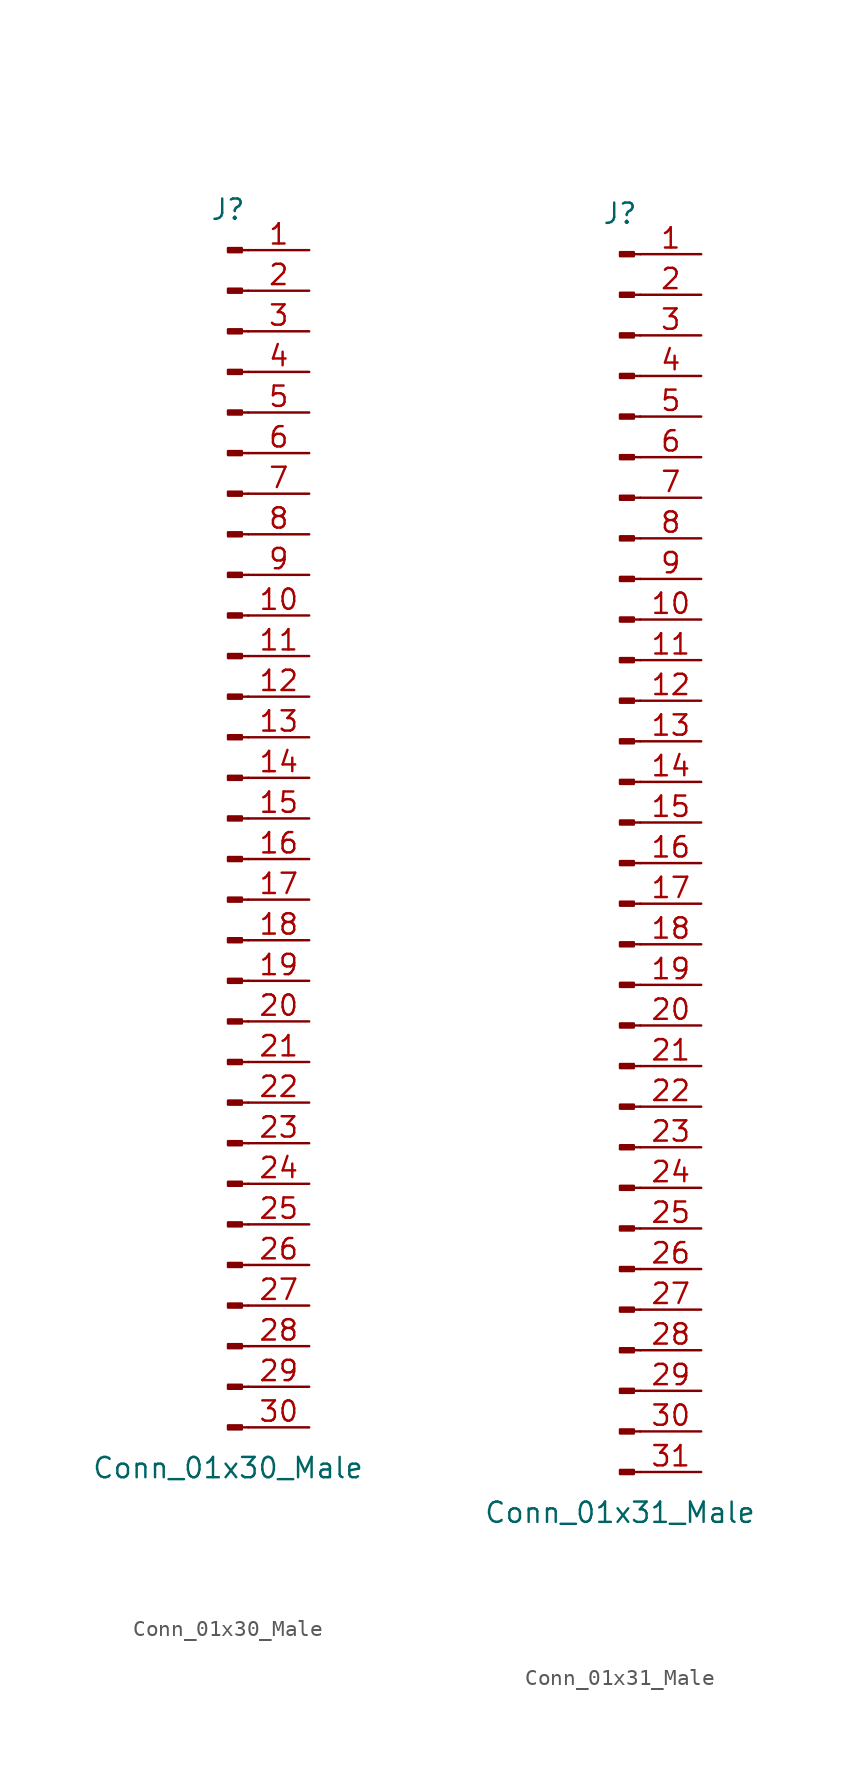
<source format=kicad_sym>
(kicad_symbol_lib
  (version 20211014)
  (generator kicad_symbol_editor)
  (symbol "Conn_01x30_Male"
    (pin_names
      (offset 1.016) hide)
    (property "Reference" "J"
      (at 0 38.1 0)
      (effects (font (size 1.27 1.27))))
    (property "Value" "Conn_01x30_Male"
      (at 0 -40.64 0)
      (effects (font (size 1.27 1.27))))
    (symbol "Conn_01x30_Male_1_1"
      (polyline (pts (xy 1.27 -38.1) (xy 0.864 -38.1)) (stroke (width 0.152) (type default) (color 0 0 0 0)) (fill (type none)))
      (polyline (pts (xy 1.27 -35.56) (xy 0.864 -35.56)) (stroke (width 0.152) (type default) (color 0 0 0 0)) (fill (type none)))
      (polyline (pts (xy 1.27 -33.02) (xy 0.864 -33.02)) (stroke (width 0.152) (type default) (color 0 0 0 0)) (fill (type none)))
      (polyline (pts (xy 1.27 -30.48) (xy 0.864 -30.48)) (stroke (width 0.152) (type default) (color 0 0 0 0)) (fill (type none)))
      (polyline (pts (xy 1.27 -27.94) (xy 0.864 -27.94)) (stroke (width 0.152) (type default) (color 0 0 0 0)) (fill (type none)))
      (polyline (pts (xy 1.27 -25.4) (xy 0.864 -25.4)) (stroke (width 0.152) (type default) (color 0 0 0 0)) (fill (type none)))
      (polyline (pts (xy 1.27 -22.86) (xy 0.864 -22.86)) (stroke (width 0.152) (type default) (color 0 0 0 0)) (fill (type none)))
      (polyline (pts (xy 1.27 -20.32) (xy 0.864 -20.32)) (stroke (width 0.152) (type default) (color 0 0 0 0)) (fill (type none)))
      (polyline (pts (xy 1.27 -17.78) (xy 0.864 -17.78)) (stroke (width 0.152) (type default) (color 0 0 0 0)) (fill (type none)))
      (polyline (pts (xy 1.27 -15.24) (xy 0.864 -15.24)) (stroke (width 0.152) (type default) (color 0 0 0 0)) (fill (type none)))
      (polyline (pts (xy 1.27 -12.7) (xy 0.864 -12.7)) (stroke (width 0.152) (type default) (color 0 0 0 0)) (fill (type none)))
      (polyline (pts (xy 1.27 -10.16) (xy 0.864 -10.16)) (stroke (width 0.152) (type default) (color 0 0 0 0)) (fill (type none)))
      (polyline (pts (xy 1.27 -7.62) (xy 0.864 -7.62)) (stroke (width 0.152) (type default) (color 0 0 0 0)) (fill (type none)))
      (polyline (pts (xy 1.27 -5.08) (xy 0.864 -5.08)) (stroke (width 0.152) (type default) (color 0 0 0 0)) (fill (type none)))
      (polyline (pts (xy 1.27 -2.54) (xy 0.864 -2.54)) (stroke (width 0.152) (type default) (color 0 0 0 0)) (fill (type none)))
      (polyline (pts (xy 1.27 0) (xy 0.864 0)) (stroke (width 0.152) (type default) (color 0 0 0 0)) (fill (type none)))
      (polyline (pts (xy 1.27 2.54) (xy 0.864 2.54)) (stroke (width 0.152) (type default) (color 0 0 0 0)) (fill (type none)))
      (polyline (pts (xy 1.27 5.08) (xy 0.864 5.08)) (stroke (width 0.152) (type default) (color 0 0 0 0)) (fill (type none)))
      (polyline (pts (xy 1.27 7.62) (xy 0.864 7.62)) (stroke (width 0.152) (type default) (color 0 0 0 0)) (fill (type none)))
      (polyline (pts (xy 1.27 10.16) (xy 0.864 10.16)) (stroke (width 0.152) (type default) (color 0 0 0 0)) (fill (type none)))
      (polyline (pts (xy 1.27 12.7) (xy 0.864 12.7)) (stroke (width 0.152) (type default) (color 0 0 0 0)) (fill (type none)))
      (polyline (pts (xy 1.27 15.24) (xy 0.864 15.24)) (stroke (width 0.152) (type default) (color 0 0 0 0)) (fill (type none)))
      (polyline (pts (xy 1.27 17.78) (xy 0.864 17.78)) (stroke (width 0.152) (type default) (color 0 0 0 0)) (fill (type none)))
      (polyline (pts (xy 1.27 20.32) (xy 0.864 20.32)) (stroke (width 0.152) (type default) (color 0 0 0 0)) (fill (type none)))
      (polyline (pts (xy 1.27 22.86) (xy 0.864 22.86)) (stroke (width 0.152) (type default) (color 0 0 0 0)) (fill (type none)))
      (polyline (pts (xy 1.27 25.4) (xy 0.864 25.4)) (stroke (width 0.152) (type default) (color 0 0 0 0)) (fill (type none)))
      (polyline (pts (xy 1.27 27.94) (xy 0.864 27.94)) (stroke (width 0.152) (type default) (color 0 0 0 0)) (fill (type none)))
      (polyline (pts (xy 1.27 30.48) (xy 0.864 30.48)) (stroke (width 0.152) (type default) (color 0 0 0 0)) (fill (type none)))
      (polyline (pts (xy 1.27 33.02) (xy 0.864 33.02)) (stroke (width 0.152) (type default) (color 0 0 0 0)) (fill (type none)))
      (polyline (pts (xy 1.27 35.56) (xy 0.864 35.56)) (stroke (width 0.152) (type default) (color 0 0 0 0)) (fill (type none)))
      (rectangle (start 0.864 -37.973) (end 0 -38.227) (stroke (width 0.152) (type default) (color 0 0 0 0)) (fill (type outline)))
      (rectangle (start 0.864 -35.433) (end 0 -35.687) (stroke (width 0.152) (type default) (color 0 0 0 0)) (fill (type outline)))
      (rectangle (start 0.864 -32.893) (end 0 -33.147) (stroke (width 0.152) (type default) (color 0 0 0 0)) (fill (type outline)))
      (rectangle (start 0.864 -30.353) (end 0 -30.607) (stroke (width 0.152) (type default) (color 0 0 0 0)) (fill (type outline)))
      (rectangle (start 0.864 -27.813) (end 0 -28.067) (stroke (width 0.152) (type default) (color 0 0 0 0)) (fill (type outline)))
      (rectangle (start 0.864 -25.273) (end 0 -25.527) (stroke (width 0.152) (type default) (color 0 0 0 0)) (fill (type outline)))
      (rectangle (start 0.864 -22.733) (end 0 -22.987) (stroke (width 0.152) (type default) (color 0 0 0 0)) (fill (type outline)))
      (rectangle (start 0.864 -20.193) (end 0 -20.447) (stroke (width 0.152) (type default) (color 0 0 0 0)) (fill (type outline)))
      (rectangle (start 0.864 -17.653) (end 0 -17.907) (stroke (width 0.152) (type default) (color 0 0 0 0)) (fill (type outline)))
      (rectangle (start 0.864 -15.113) (end 0 -15.367) (stroke (width 0.152) (type default) (color 0 0 0 0)) (fill (type outline)))
      (rectangle (start 0.864 -12.573) (end 0 -12.827) (stroke (width 0.152) (type default) (color 0 0 0 0)) (fill (type outline)))
      (rectangle (start 0.864 -10.033) (end 0 -10.287) (stroke (width 0.152) (type default) (color 0 0 0 0)) (fill (type outline)))
      (rectangle (start 0.864 -7.493) (end 0 -7.747) (stroke (width 0.152) (type default) (color 0 0 0 0)) (fill (type outline)))
      (rectangle (start 0.864 -4.953) (end 0 -5.207) (stroke (width 0.152) (type default) (color 0 0 0 0)) (fill (type outline)))
      (rectangle (start 0.864 -2.413) (end 0 -2.667) (stroke (width 0.152) (type default) (color 0 0 0 0)) (fill (type outline)))
      (rectangle (start 0.864 0.127) (end 0 -0.127) (stroke (width 0.152) (type default) (color 0 0 0 0)) (fill (type outline)))
      (rectangle (start 0.864 2.667) (end 0 2.413) (stroke (width 0.152) (type default) (color 0 0 0 0)) (fill (type outline)))
      (rectangle (start 0.864 5.207) (end 0 4.953) (stroke (width 0.152) (type default) (color 0 0 0 0)) (fill (type outline)))
      (rectangle (start 0.864 7.747) (end 0 7.493) (stroke (width 0.152) (type default) (color 0 0 0 0)) (fill (type outline)))
      (rectangle (start 0.864 10.287) (end 0 10.033) (stroke (width 0.152) (type default) (color 0 0 0 0)) (fill (type outline)))
      (rectangle (start 0.864 12.827) (end 0 12.573) (stroke (width 0.152) (type default) (color 0 0 0 0)) (fill (type outline)))
      (rectangle (start 0.864 15.367) (end 0 15.113) (stroke (width 0.152) (type default) (color 0 0 0 0)) (fill (type outline)))
      (rectangle (start 0.864 17.907) (end 0 17.653) (stroke (width 0.152) (type default) (color 0 0 0 0)) (fill (type outline)))
      (rectangle (start 0.864 20.447) (end 0 20.193) (stroke (width 0.152) (type default) (color 0 0 0 0)) (fill (type outline)))
      (rectangle (start 0.864 22.987) (end 0 22.733) (stroke (width 0.152) (type default) (color 0 0 0 0)) (fill (type outline)))
      (rectangle (start 0.864 25.527) (end 0 25.273) (stroke (width 0.152) (type default) (color 0 0 0 0)) (fill (type outline)))
      (rectangle (start 0.864 28.067) (end 0 27.813) (stroke (width 0.152) (type default) (color 0 0 0 0)) (fill (type outline)))
      (rectangle (start 0.864 30.607) (end 0 30.353) (stroke (width 0.152) (type default) (color 0 0 0 0)) (fill (type outline)))
      (rectangle (start 0.864 33.147) (end 0 32.893) (stroke (width 0.152) (type default) (color 0 0 0 0)) (fill (type outline)))
      (rectangle (start 0.864 35.687) (end 0 35.433) (stroke (width 0.152) (type default) (color 0 0 0 0)) (fill (type outline)))
      (pin passive line (at 5.08 35.56 180) (length 3.81) (name "Pin_1" (effects (font (size 1.27 1.27)))) (number "1" (effects (font (size 1.27 1.27)))))
      (pin passive line (at 5.08 12.7 180) (length 3.81) (name "Pin_10" (effects (font (size 1.27 1.27)))) (number "10" (effects (font (size 1.27 1.27)))))
      (pin passive line (at 5.08 10.16 180) (length 3.81) (name "Pin_11" (effects (font (size 1.27 1.27)))) (number "11" (effects (font (size 1.27 1.27)))))
      (pin passive line (at 5.08 7.62 180) (length 3.81) (name "Pin_12" (effects (font (size 1.27 1.27)))) (number "12" (effects (font (size 1.27 1.27)))))
      (pin passive line (at 5.08 5.08 180) (length 3.81) (name "Pin_13" (effects (font (size 1.27 1.27)))) (number "13" (effects (font (size 1.27 1.27)))))
      (pin passive line (at 5.08 2.54 180) (length 3.81) (name "Pin_14" (effects (font (size 1.27 1.27)))) (number "14" (effects (font (size 1.27 1.27)))))
      (pin passive line (at 5.08 0 180) (length 3.81) (name "Pin_15" (effects (font (size 1.27 1.27)))) (number "15" (effects (font (size 1.27 1.27)))))
      (pin passive line (at 5.08 -2.54 180) (length 3.81) (name "Pin_16" (effects (font (size 1.27 1.27)))) (number "16" (effects (font (size 1.27 1.27)))))
      (pin passive line (at 5.08 -5.08 180) (length 3.81) (name "Pin_17" (effects (font (size 1.27 1.27)))) (number "17" (effects (font (size 1.27 1.27)))))
      (pin passive line (at 5.08 -7.62 180) (length 3.81) (name "Pin_18" (effects (font (size 1.27 1.27)))) (number "18" (effects (font (size 1.27 1.27)))))
      (pin passive line (at 5.08 -10.16 180) (length 3.81) (name "Pin_19" (effects (font (size 1.27 1.27)))) (number "19" (effects (font (size 1.27 1.27)))))
      (pin passive line (at 5.08 33.02 180) (length 3.81) (name "Pin_2" (effects (font (size 1.27 1.27)))) (number "2" (effects (font (size 1.27 1.27)))))
      (pin passive line (at 5.08 -12.7 180) (length 3.81) (name "Pin_20" (effects (font (size 1.27 1.27)))) (number "20" (effects (font (size 1.27 1.27)))))
      (pin passive line (at 5.08 -15.24 180) (length 3.81) (name "Pin_21" (effects (font (size 1.27 1.27)))) (number "21" (effects (font (size 1.27 1.27)))))
      (pin passive line (at 5.08 -17.78 180) (length 3.81) (name "Pin_22" (effects (font (size 1.27 1.27)))) (number "22" (effects (font (size 1.27 1.27)))))
      (pin passive line (at 5.08 -20.32 180) (length 3.81) (name "Pin_23" (effects (font (size 1.27 1.27)))) (number "23" (effects (font (size 1.27 1.27)))))
      (pin passive line (at 5.08 -22.86 180) (length 3.81) (name "Pin_24" (effects (font (size 1.27 1.27)))) (number "24" (effects (font (size 1.27 1.27)))))
      (pin passive line (at 5.08 -25.4 180) (length 3.81) (name "Pin_25" (effects (font (size 1.27 1.27)))) (number "25" (effects (font (size 1.27 1.27)))))
      (pin passive line (at 5.08 -27.94 180) (length 3.81) (name "Pin_26" (effects (font (size 1.27 1.27)))) (number "26" (effects (font (size 1.27 1.27)))))
      (pin passive line (at 5.08 -30.48 180) (length 3.81) (name "Pin_27" (effects (font (size 1.27 1.27)))) (number "27" (effects (font (size 1.27 1.27)))))
      (pin passive line (at 5.08 -33.02 180) (length 3.81) (name "Pin_28" (effects (font (size 1.27 1.27)))) (number "28" (effects (font (size 1.27 1.27)))))
      (pin passive line (at 5.08 -35.56 180) (length 3.81) (name "Pin_29" (effects (font (size 1.27 1.27)))) (number "29" (effects (font (size 1.27 1.27)))))
      (pin passive line (at 5.08 30.48 180) (length 3.81) (name "Pin_3" (effects (font (size 1.27 1.27)))) (number "3" (effects (font (size 1.27 1.27)))))
      (pin passive line (at 5.08 -38.1 180) (length 3.81) (name "Pin_30" (effects (font (size 1.27 1.27)))) (number "30" (effects (font (size 1.27 1.27)))))
      (pin passive line (at 5.08 27.94 180) (length 3.81) (name "Pin_4" (effects (font (size 1.27 1.27)))) (number "4" (effects (font (size 1.27 1.27)))))
      (pin passive line (at 5.08 25.4 180) (length 3.81) (name "Pin_5" (effects (font (size 1.27 1.27)))) (number "5" (effects (font (size 1.27 1.27)))))
      (pin passive line (at 5.08 22.86 180) (length 3.81) (name "Pin_6" (effects (font (size 1.27 1.27)))) (number "6" (effects (font (size 1.27 1.27)))))
      (pin passive line (at 5.08 20.32 180) (length 3.81) (name "Pin_7" (effects (font (size 1.27 1.27)))) (number "7" (effects (font (size 1.27 1.27)))))
      (pin passive line (at 5.08 17.78 180) (length 3.81) (name "Pin_8" (effects (font (size 1.27 1.27)))) (number "8" (effects (font (size 1.27 1.27)))))
      (pin passive line (at 5.08 15.24 180) (length 3.81) (name "Pin_9" (effects (font (size 1.27 1.27)))) (number "9" (effects (font (size 1.27 1.27)))))))
  (symbol "Conn_01x31_Male"
    (pin_names
      (offset 1.016) hide)
    (property "Reference" "J"
      (at 0 40.64 0)
      (effects (font (size 1.27 1.27))))
    (property "Value" "Conn_01x31_Male"
      (at 0 -40.64 0)
      (effects (font (size 1.27 1.27))))
    (symbol "Conn_01x31_Male_1_1"
      (polyline (pts (xy 1.27 -38.1) (xy 0.864 -38.1)) (stroke (width 0.152) (type default) (color 0 0 0 0)) (fill (type none)))
      (polyline (pts (xy 1.27 -35.56) (xy 0.864 -35.56)) (stroke (width 0.152) (type default) (color 0 0 0 0)) (fill (type none)))
      (polyline (pts (xy 1.27 -33.02) (xy 0.864 -33.02)) (stroke (width 0.152) (type default) (color 0 0 0 0)) (fill (type none)))
      (polyline (pts (xy 1.27 -30.48) (xy 0.864 -30.48)) (stroke (width 0.152) (type default) (color 0 0 0 0)) (fill (type none)))
      (polyline (pts (xy 1.27 -27.94) (xy 0.864 -27.94)) (stroke (width 0.152) (type default) (color 0 0 0 0)) (fill (type none)))
      (polyline (pts (xy 1.27 -25.4) (xy 0.864 -25.4)) (stroke (width 0.152) (type default) (color 0 0 0 0)) (fill (type none)))
      (polyline (pts (xy 1.27 -22.86) (xy 0.864 -22.86)) (stroke (width 0.152) (type default) (color 0 0 0 0)) (fill (type none)))
      (polyline (pts (xy 1.27 -20.32) (xy 0.864 -20.32)) (stroke (width 0.152) (type default) (color 0 0 0 0)) (fill (type none)))
      (polyline (pts (xy 1.27 -17.78) (xy 0.864 -17.78)) (stroke (width 0.152) (type default) (color 0 0 0 0)) (fill (type none)))
      (polyline (pts (xy 1.27 -15.24) (xy 0.864 -15.24)) (stroke (width 0.152) (type default) (color 0 0 0 0)) (fill (type none)))
      (polyline (pts (xy 1.27 -12.7) (xy 0.864 -12.7)) (stroke (width 0.152) (type default) (color 0 0 0 0)) (fill (type none)))
      (polyline (pts (xy 1.27 -10.16) (xy 0.864 -10.16)) (stroke (width 0.152) (type default) (color 0 0 0 0)) (fill (type none)))
      (polyline (pts (xy 1.27 -7.62) (xy 0.864 -7.62)) (stroke (width 0.152) (type default) (color 0 0 0 0)) (fill (type none)))
      (polyline (pts (xy 1.27 -5.08) (xy 0.864 -5.08)) (stroke (width 0.152) (type default) (color 0 0 0 0)) (fill (type none)))
      (polyline (pts (xy 1.27 -2.54) (xy 0.864 -2.54)) (stroke (width 0.152) (type default) (color 0 0 0 0)) (fill (type none)))
      (polyline (pts (xy 1.27 0) (xy 0.864 0)) (stroke (width 0.152) (type default) (color 0 0 0 0)) (fill (type none)))
      (polyline (pts (xy 1.27 2.54) (xy 0.864 2.54)) (stroke (width 0.152) (type default) (color 0 0 0 0)) (fill (type none)))
      (polyline (pts (xy 1.27 5.08) (xy 0.864 5.08)) (stroke (width 0.152) (type default) (color 0 0 0 0)) (fill (type none)))
      (polyline (pts (xy 1.27 7.62) (xy 0.864 7.62)) (stroke (width 0.152) (type default) (color 0 0 0 0)) (fill (type none)))
      (polyline (pts (xy 1.27 10.16) (xy 0.864 10.16)) (stroke (width 0.152) (type default) (color 0 0 0 0)) (fill (type none)))
      (polyline (pts (xy 1.27 12.7) (xy 0.864 12.7)) (stroke (width 0.152) (type default) (color 0 0 0 0)) (fill (type none)))
      (polyline (pts (xy 1.27 15.24) (xy 0.864 15.24)) (stroke (width 0.152) (type default) (color 0 0 0 0)) (fill (type none)))
      (polyline (pts (xy 1.27 17.78) (xy 0.864 17.78)) (stroke (width 0.152) (type default) (color 0 0 0 0)) (fill (type none)))
      (polyline (pts (xy 1.27 20.32) (xy 0.864 20.32)) (stroke (width 0.152) (type default) (color 0 0 0 0)) (fill (type none)))
      (polyline (pts (xy 1.27 22.86) (xy 0.864 22.86)) (stroke (width 0.152) (type default) (color 0 0 0 0)) (fill (type none)))
      (polyline (pts (xy 1.27 25.4) (xy 0.864 25.4)) (stroke (width 0.152) (type default) (color 0 0 0 0)) (fill (type none)))
      (polyline (pts (xy 1.27 27.94) (xy 0.864 27.94)) (stroke (width 0.152) (type default) (color 0 0 0 0)) (fill (type none)))
      (polyline (pts (xy 1.27 30.48) (xy 0.864 30.48)) (stroke (width 0.152) (type default) (color 0 0 0 0)) (fill (type none)))
      (polyline (pts (xy 1.27 33.02) (xy 0.864 33.02)) (stroke (width 0.152) (type default) (color 0 0 0 0)) (fill (type none)))
      (polyline (pts (xy 1.27 35.56) (xy 0.864 35.56)) (stroke (width 0.152) (type default) (color 0 0 0 0)) (fill (type none)))
      (polyline (pts (xy 1.27 38.1) (xy 0.864 38.1)) (stroke (width 0.152) (type default) (color 0 0 0 0)) (fill (type none)))
      (rectangle (start 0.864 -37.973) (end 0 -38.227) (stroke (width 0.152) (type default) (color 0 0 0 0)) (fill (type outline)))
      (rectangle (start 0.864 -35.433) (end 0 -35.687) (stroke (width 0.152) (type default) (color 0 0 0 0)) (fill (type outline)))
      (rectangle (start 0.864 -32.893) (end 0 -33.147) (stroke (width 0.152) (type default) (color 0 0 0 0)) (fill (type outline)))
      (rectangle (start 0.864 -30.353) (end 0 -30.607) (stroke (width 0.152) (type default) (color 0 0 0 0)) (fill (type outline)))
      (rectangle (start 0.864 -27.813) (end 0 -28.067) (stroke (width 0.152) (type default) (color 0 0 0 0)) (fill (type outline)))
      (rectangle (start 0.864 -25.273) (end 0 -25.527) (stroke (width 0.152) (type default) (color 0 0 0 0)) (fill (type outline)))
      (rectangle (start 0.864 -22.733) (end 0 -22.987) (stroke (width 0.152) (type default) (color 0 0 0 0)) (fill (type outline)))
      (rectangle (start 0.864 -20.193) (end 0 -20.447) (stroke (width 0.152) (type default) (color 0 0 0 0)) (fill (type outline)))
      (rectangle (start 0.864 -17.653) (end 0 -17.907) (stroke (width 0.152) (type default) (color 0 0 0 0)) (fill (type outline)))
      (rectangle (start 0.864 -15.113) (end 0 -15.367) (stroke (width 0.152) (type default) (color 0 0 0 0)) (fill (type outline)))
      (rectangle (start 0.864 -12.573) (end 0 -12.827) (stroke (width 0.152) (type default) (color 0 0 0 0)) (fill (type outline)))
      (rectangle (start 0.864 -10.033) (end 0 -10.287) (stroke (width 0.152) (type default) (color 0 0 0 0)) (fill (type outline)))
      (rectangle (start 0.864 -7.493) (end 0 -7.747) (stroke (width 0.152) (type default) (color 0 0 0 0)) (fill (type outline)))
      (rectangle (start 0.864 -4.953) (end 0 -5.207) (stroke (width 0.152) (type default) (color 0 0 0 0)) (fill (type outline)))
      (rectangle (start 0.864 -2.413) (end 0 -2.667) (stroke (width 0.152) (type default) (color 0 0 0 0)) (fill (type outline)))
      (rectangle (start 0.864 0.127) (end 0 -0.127) (stroke (width 0.152) (type default) (color 0 0 0 0)) (fill (type outline)))
      (rectangle (start 0.864 2.667) (end 0 2.413) (stroke (width 0.152) (type default) (color 0 0 0 0)) (fill (type outline)))
      (rectangle (start 0.864 5.207) (end 0 4.953) (stroke (width 0.152) (type default) (color 0 0 0 0)) (fill (type outline)))
      (rectangle (start 0.864 7.747) (end 0 7.493) (stroke (width 0.152) (type default) (color 0 0 0 0)) (fill (type outline)))
      (rectangle (start 0.864 10.287) (end 0 10.033) (stroke (width 0.152) (type default) (color 0 0 0 0)) (fill (type outline)))
      (rectangle (start 0.864 12.827) (end 0 12.573) (stroke (width 0.152) (type default) (color 0 0 0 0)) (fill (type outline)))
      (rectangle (start 0.864 15.367) (end 0 15.113) (stroke (width 0.152) (type default) (color 0 0 0 0)) (fill (type outline)))
      (rectangle (start 0.864 17.907) (end 0 17.653) (stroke (width 0.152) (type default) (color 0 0 0 0)) (fill (type outline)))
      (rectangle (start 0.864 20.447) (end 0 20.193) (stroke (width 0.152) (type default) (color 0 0 0 0)) (fill (type outline)))
      (rectangle (start 0.864 22.987) (end 0 22.733) (stroke (width 0.152) (type default) (color 0 0 0 0)) (fill (type outline)))
      (rectangle (start 0.864 25.527) (end 0 25.273) (stroke (width 0.152) (type default) (color 0 0 0 0)) (fill (type outline)))
      (rectangle (start 0.864 28.067) (end 0 27.813) (stroke (width 0.152) (type default) (color 0 0 0 0)) (fill (type outline)))
      (rectangle (start 0.864 30.607) (end 0 30.353) (stroke (width 0.152) (type default) (color 0 0 0 0)) (fill (type outline)))
      (rectangle (start 0.864 33.147) (end 0 32.893) (stroke (width 0.152) (type default) (color 0 0 0 0)) (fill (type outline)))
      (rectangle (start 0.864 35.687) (end 0 35.433) (stroke (width 0.152) (type default) (color 0 0 0 0)) (fill (type outline)))
      (rectangle (start 0.864 38.227) (end 0 37.973) (stroke (width 0.152) (type default) (color 0 0 0 0)) (fill (type outline)))
      (pin passive line (at 5.08 38.1 180) (length 3.81) (name "Pin_1" (effects (font (size 1.27 1.27)))) (number "1" (effects (font (size 1.27 1.27)))))
      (pin passive line (at 5.08 15.24 180) (length 3.81) (name "Pin_10" (effects (font (size 1.27 1.27)))) (number "10" (effects (font (size 1.27 1.27)))))
      (pin passive line (at 5.08 12.7 180) (length 3.81) (name "Pin_11" (effects (font (size 1.27 1.27)))) (number "11" (effects (font (size 1.27 1.27)))))
      (pin passive line (at 5.08 10.16 180) (length 3.81) (name "Pin_12" (effects (font (size 1.27 1.27)))) (number "12" (effects (font (size 1.27 1.27)))))
      (pin passive line (at 5.08 7.62 180) (length 3.81) (name "Pin_13" (effects (font (size 1.27 1.27)))) (number "13" (effects (font (size 1.27 1.27)))))
      (pin passive line (at 5.08 5.08 180) (length 3.81) (name "Pin_14" (effects (font (size 1.27 1.27)))) (number "14" (effects (font (size 1.27 1.27)))))
      (pin passive line (at 5.08 2.54 180) (length 3.81) (name "Pin_15" (effects (font (size 1.27 1.27)))) (number "15" (effects (font (size 1.27 1.27)))))
      (pin passive line (at 5.08 0 180) (length 3.81) (name "Pin_16" (effects (font (size 1.27 1.27)))) (number "16" (effects (font (size 1.27 1.27)))))
      (pin passive line (at 5.08 -2.54 180) (length 3.81) (name "Pin_17" (effects (font (size 1.27 1.27)))) (number "17" (effects (font (size 1.27 1.27)))))
      (pin passive line (at 5.08 -5.08 180) (length 3.81) (name "Pin_18" (effects (font (size 1.27 1.27)))) (number "18" (effects (font (size 1.27 1.27)))))
      (pin passive line (at 5.08 -7.62 180) (length 3.81) (name "Pin_19" (effects (font (size 1.27 1.27)))) (number "19" (effects (font (size 1.27 1.27)))))
      (pin passive line (at 5.08 35.56 180) (length 3.81) (name "Pin_2" (effects (font (size 1.27 1.27)))) (number "2" (effects (font (size 1.27 1.27)))))
      (pin passive line (at 5.08 -10.16 180) (length 3.81) (name "Pin_20" (effects (font (size 1.27 1.27)))) (number "20" (effects (font (size 1.27 1.27)))))
      (pin passive line (at 5.08 -12.7 180) (length 3.81) (name "Pin_21" (effects (font (size 1.27 1.27)))) (number "21" (effects (font (size 1.27 1.27)))))
      (pin passive line (at 5.08 -15.24 180) (length 3.81) (name "Pin_22" (effects (font (size 1.27 1.27)))) (number "22" (effects (font (size 1.27 1.27)))))
      (pin passive line (at 5.08 -17.78 180) (length 3.81) (name "Pin_23" (effects (font (size 1.27 1.27)))) (number "23" (effects (font (size 1.27 1.27)))))
      (pin passive line (at 5.08 -20.32 180) (length 3.81) (name "Pin_24" (effects (font (size 1.27 1.27)))) (number "24" (effects (font (size 1.27 1.27)))))
      (pin passive line (at 5.08 -22.86 180) (length 3.81) (name "Pin_25" (effects (font (size 1.27 1.27)))) (number "25" (effects (font (size 1.27 1.27)))))
      (pin passive line (at 5.08 -25.4 180) (length 3.81) (name "Pin_26" (effects (font (size 1.27 1.27)))) (number "26" (effects (font (size 1.27 1.27)))))
      (pin passive line (at 5.08 -27.94 180) (length 3.81) (name "Pin_27" (effects (font (size 1.27 1.27)))) (number "27" (effects (font (size 1.27 1.27)))))
      (pin passive line (at 5.08 -30.48 180) (length 3.81) (name "Pin_28" (effects (font (size 1.27 1.27)))) (number "28" (effects (font (size 1.27 1.27)))))
      (pin passive line (at 5.08 -33.02 180) (length 3.81) (name "Pin_29" (effects (font (size 1.27 1.27)))) (number "29" (effects (font (size 1.27 1.27)))))
      (pin passive line (at 5.08 33.02 180) (length 3.81) (name "Pin_3" (effects (font (size 1.27 1.27)))) (number "3" (effects (font (size 1.27 1.27)))))
      (pin passive line (at 5.08 -35.56 180) (length 3.81) (name "Pin_30" (effects (font (size 1.27 1.27)))) (number "30" (effects (font (size 1.27 1.27)))))
      (pin passive line (at 5.08 -38.1 180) (length 3.81) (name "Pin_31" (effects (font (size 1.27 1.27)))) (number "31" (effects (font (size 1.27 1.27)))))
      (pin passive line (at 5.08 30.48 180) (length 3.81) (name "Pin_4" (effects (font (size 1.27 1.27)))) (number "4" (effects (font (size 1.27 1.27)))))
      (pin passive line (at 5.08 27.94 180) (length 3.81) (name "Pin_5" (effects (font (size 1.27 1.27)))) (number "5" (effects (font (size 1.27 1.27)))))
      (pin passive line (at 5.08 25.4 180) (length 3.81) (name "Pin_6" (effects (font (size 1.27 1.27)))) (number "6" (effects (font (size 1.27 1.27)))))
      (pin passive line (at 5.08 22.86 180) (length 3.81) (name "Pin_7" (effects (font (size 1.27 1.27)))) (number "7" (effects (font (size 1.27 1.27)))))
      (pin passive line (at 5.08 20.32 180) (length 3.81) (name "Pin_8" (effects (font (size 1.27 1.27)))) (number "8" (effects (font (size 1.27 1.27)))))
      (pin passive line (at 5.08 17.78 180) (length 3.81) (name "Pin_9" (effects (font (size 1.27 1.27)))) (number "9" (effects (font (size 1.27 1.27))))))))
</source>
